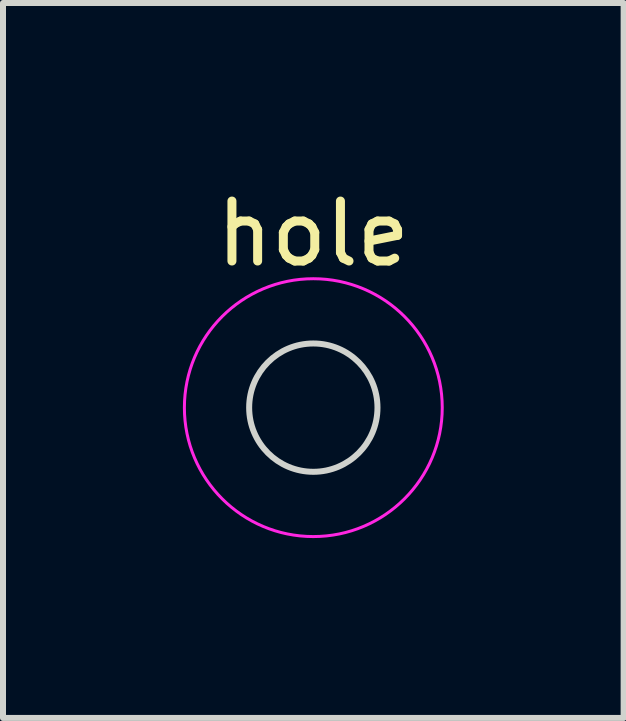
<source format=kicad_pcb>
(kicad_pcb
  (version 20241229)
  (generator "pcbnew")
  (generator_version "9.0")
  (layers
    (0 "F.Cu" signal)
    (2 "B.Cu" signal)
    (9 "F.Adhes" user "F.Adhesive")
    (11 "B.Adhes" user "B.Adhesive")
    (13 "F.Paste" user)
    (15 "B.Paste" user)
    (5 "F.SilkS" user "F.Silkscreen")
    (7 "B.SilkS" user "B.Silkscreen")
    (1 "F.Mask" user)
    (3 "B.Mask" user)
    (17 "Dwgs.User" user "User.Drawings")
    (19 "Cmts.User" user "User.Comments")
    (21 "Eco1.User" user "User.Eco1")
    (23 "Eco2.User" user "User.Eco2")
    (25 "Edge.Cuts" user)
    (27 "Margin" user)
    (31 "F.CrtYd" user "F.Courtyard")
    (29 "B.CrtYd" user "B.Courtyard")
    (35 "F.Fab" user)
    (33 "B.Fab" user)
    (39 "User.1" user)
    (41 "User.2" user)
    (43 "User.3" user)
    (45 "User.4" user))
  (footprint "hole"
    (layer "F.Cu")
    (at 2.175 3.748)
    (property "Reference" "hole" (at 0 -2.9 0) (layer "F.SilkS") (effects (font (size 1 1) (thickness 0.15))))
    (attr exclude_from_pos_files exclude_from_bom)
    (fp_circle (center 0 0) (end 1.07 0) (stroke (width 0.1) (type default)) (fill no) (layer "Edge.Cuts"))
    (fp_circle (center 0 0) (end 2.15 0) (stroke (width 0.05) (type solid)) (fill no) (layer "F.CrtYd")))
  (gr_rect
    (start -3 -3)
    (end 7.35 8.923)
    (stroke (width 0.1) (type default))
    (fill no)
    (layer "Edge.Cuts")))
</source>
